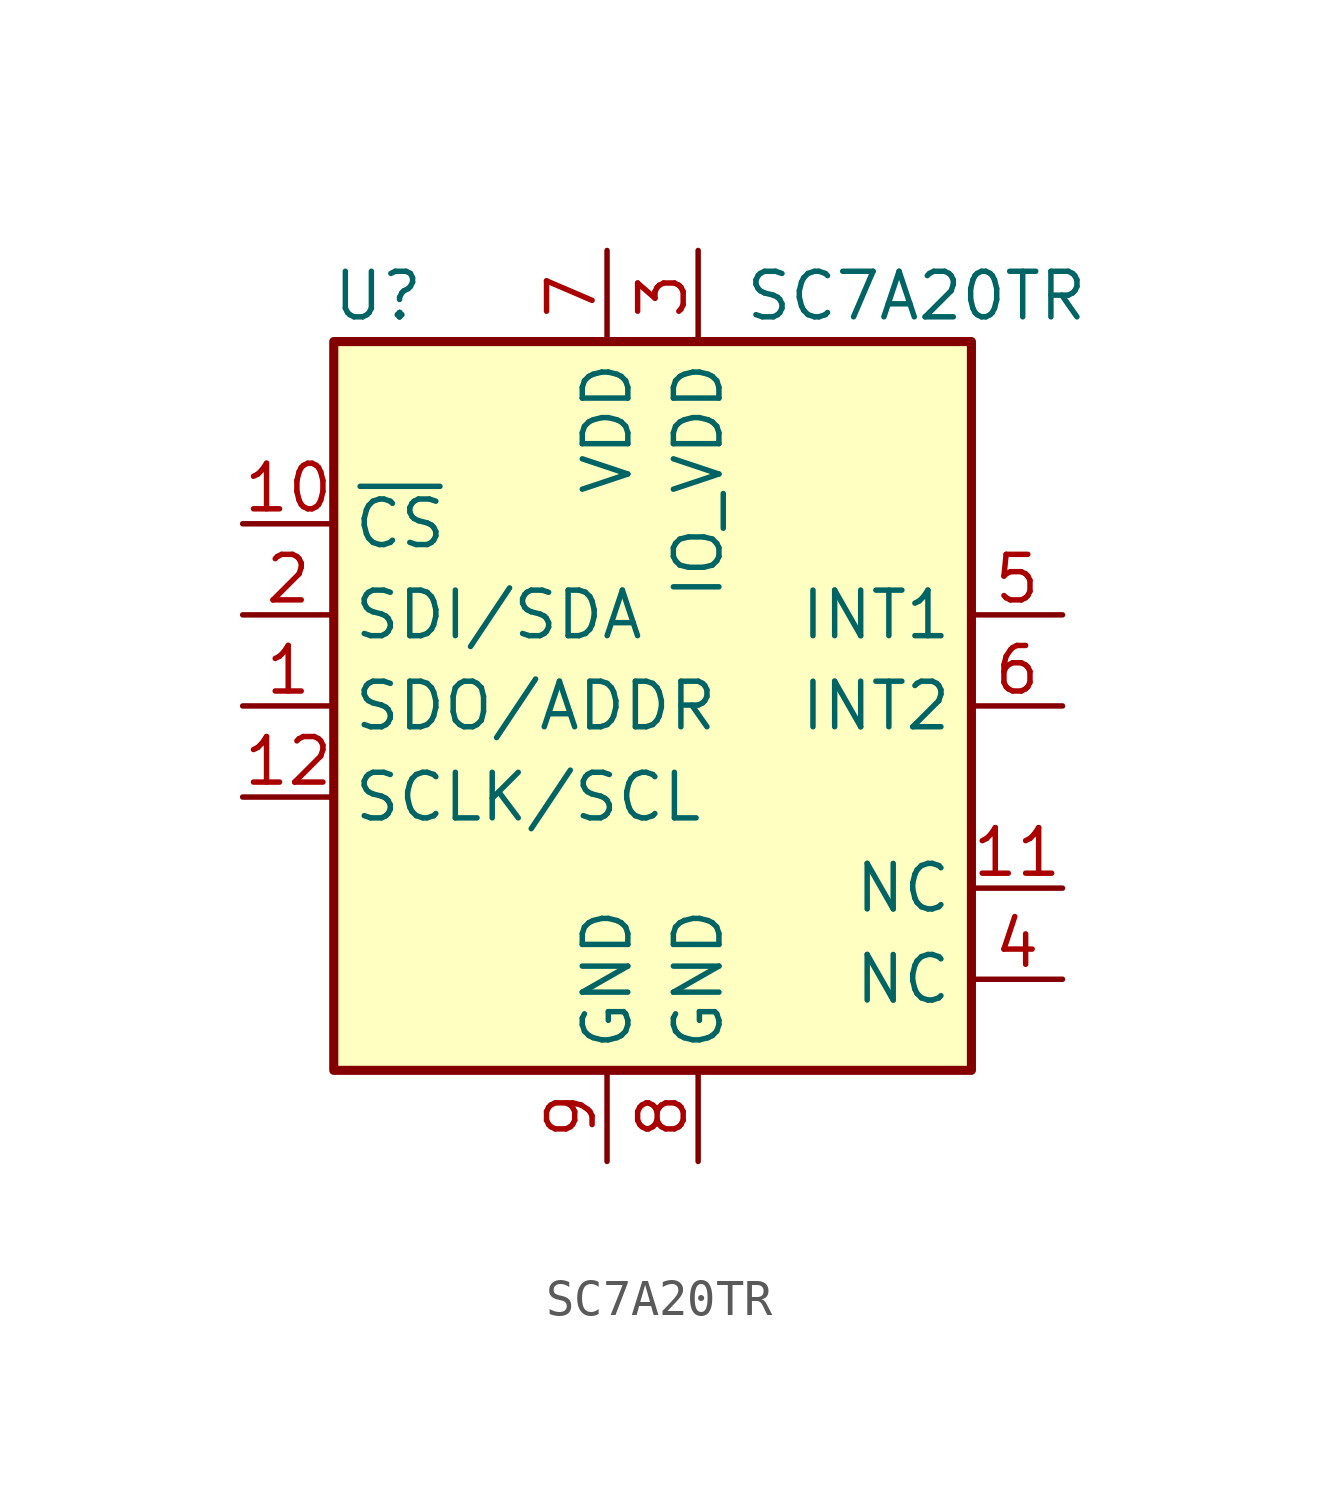
<source format=kicad_sym>
(kicad_symbol_lib
  (version 20220914)
  (generator kicad_symbol_editor)
  (symbol "SC7A20TR"
    (property "Reference" "U"
      (at -5.08 11.43 0)
      (effects (font (size 1.27 1.27)) (justify right)))
    (property "Value" "SC7A20TR"
      (at 3.81 11.43 0)
      (effects (font (size 1.27 1.27)) (justify left)))
    (symbol "SC7A20TR_0_1"
      (rectangle (start -7.62 10.16) (end 10.16 -10.16) (stroke (width 0.254) (type default)) (fill (type background))))
    (symbol "SC7A20TR_1_1"
      (pin bidirectional line (at -10.16 0 0) (length 2.54) (name "SDO/ADDR" (effects (font (size 1.27 1.27)))) (number "1" (effects (font (size 1.27 1.27)))))
      (pin input line (at -10.16 5.08 0) (length 2.54) (name "~{CS}" (effects (font (size 1.27 1.27)))) (number "10" (effects (font (size 1.27 1.27)))))
      (pin passive line (at 12.7 -5.08 180) (length 2.54) (name "NC" (effects (font (size 1.27 1.27)))) (number "11" (effects (font (size 1.27 1.27)))))
      (pin input line (at -10.16 -2.54 0) (length 2.54) (name "SCLK/SCL" (effects (font (size 1.27 1.27)))) (number "12" (effects (font (size 1.27 1.27)))))
      (pin bidirectional line (at -10.16 2.54 0) (length 2.54) (name "SDI/SDA" (effects (font (size 1.27 1.27)))) (number "2" (effects (font (size 1.27 1.27)))))
      (pin power_in line (at 2.54 12.7 270) (length 2.54) (name "IO_VDD" (effects (font (size 1.27 1.27)))) (number "3" (effects (font (size 1.27 1.27)))))
      (pin passive line (at 12.7 -7.62 180) (length 2.54) (name "NC" (effects (font (size 1.27 1.27)))) (number "4" (effects (font (size 1.27 1.27)))))
      (pin output line (at 12.7 2.54 180) (length 2.54) (name "INT1" (effects (font (size 1.27 1.27)))) (number "5" (effects (font (size 1.27 1.27)))))
      (pin output line (at 12.7 0 180) (length 2.54) (name "INT2" (effects (font (size 1.27 1.27)))) (number "6" (effects (font (size 1.27 1.27)))))
      (pin power_in line (at 0 12.7 270) (length 2.54) (name "VDD" (effects (font (size 1.27 1.27)))) (number "7" (effects (font (size 1.27 1.27)))))
      (pin power_in line (at 2.54 -12.7 90) (length 2.54) (name "GND" (effects (font (size 1.27 1.27)))) (number "8" (effects (font (size 1.27 1.27)))))
      (pin power_in line (at 0 -12.7 90) (length 2.54) (name "GND" (effects (font (size 1.27 1.27)))) (number "9" (effects (font (size 1.27 1.27))))))))
</source>
